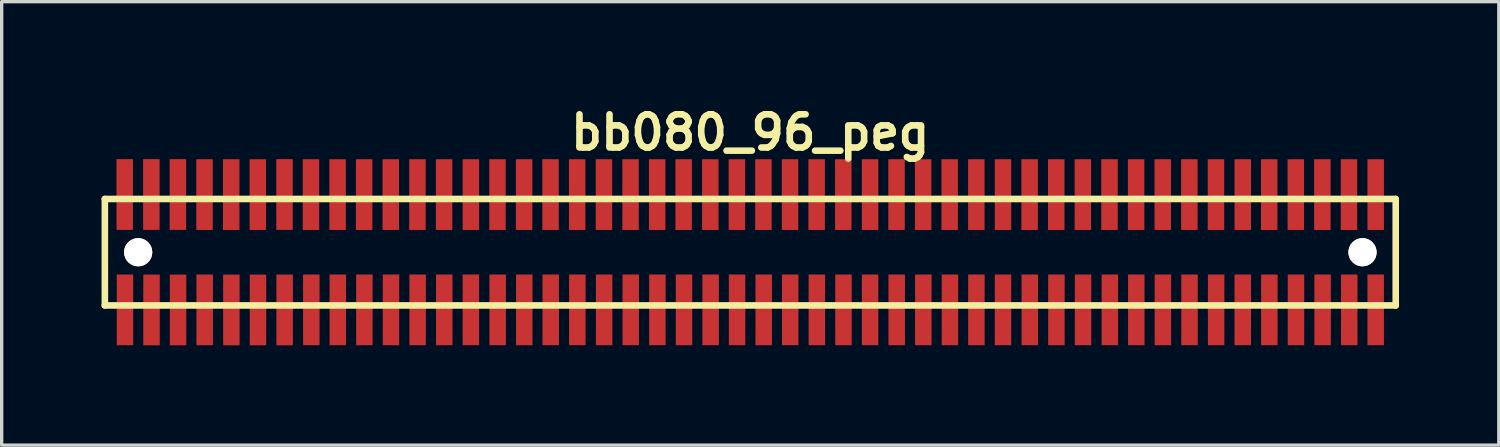
<source format=kicad_pcb>
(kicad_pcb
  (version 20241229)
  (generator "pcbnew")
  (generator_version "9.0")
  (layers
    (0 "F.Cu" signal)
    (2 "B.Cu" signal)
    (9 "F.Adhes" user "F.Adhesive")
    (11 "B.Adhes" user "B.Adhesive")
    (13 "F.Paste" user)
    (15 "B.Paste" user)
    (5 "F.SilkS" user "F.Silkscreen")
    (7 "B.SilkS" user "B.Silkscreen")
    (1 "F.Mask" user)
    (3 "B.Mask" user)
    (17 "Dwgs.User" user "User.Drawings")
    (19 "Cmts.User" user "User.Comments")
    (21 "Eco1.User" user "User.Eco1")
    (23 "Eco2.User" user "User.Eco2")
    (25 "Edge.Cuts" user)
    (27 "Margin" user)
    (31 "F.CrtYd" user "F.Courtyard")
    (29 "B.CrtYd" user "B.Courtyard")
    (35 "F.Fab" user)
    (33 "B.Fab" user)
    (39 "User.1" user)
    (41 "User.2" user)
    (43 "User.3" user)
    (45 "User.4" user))
  (footprint "bb080_96_peg"
    (layer "F.Cu")
    (at 19.5 4.531)
    (property "Reference" "bb080_96_peg" (at 0 -3.599 0) (layer "F.SilkS") (effects (font (size 0.998 0.998) (thickness 0.198))))
    (attr smd)
    (fp_line (start -19.401 -1.6) (end 19.401 -1.6) (stroke (width 0.198) (type solid)) (layer "F.SilkS"))
    (fp_line (start -19.398 -1.6) (end -19.398 1.6) (stroke (width 0.198) (type solid)) (layer "F.SilkS"))
    (fp_line (start 19.401 1.6) (end -19.401 1.6) (stroke (width 0.198) (type solid)) (layer "F.SilkS"))
    (fp_line (start 19.401 1.6) (end 19.401 -1.6) (stroke (width 0.198) (type solid)) (layer "F.SilkS"))
    (pad "" np_thru_hole circle (at -18.397 0) (size 0.848 0.848) (drill 0.848) (layers "*.Cu" "*.Mask" "F.SilkS"))
    (pad "" np_thru_hole circle (at 18.402 0) (size 0.848 0.848) (drill 0.848) (layers "*.Cu" "*.Mask" "F.SilkS"))
    (pad "1" smd rect (at -18.793 1.732) (size 0.495 2.126) (layers "F.Cu" "F.Mask" "F.Paste"))
    (pad "2" smd rect (at -18.801 -1.735) (size 0.495 2.126) (layers "F.Cu" "F.Mask" "F.Paste"))
    (pad "3" smd rect (at -17.996 1.735) (size 0.495 2.126) (layers "F.Cu" "F.Mask" "F.Paste"))
    (pad "4" smd rect (at -18.001 -1.735) (size 0.495 2.126) (layers "F.Cu" "F.Mask" "F.Paste"))
    (pad "5" smd rect (at -17.198 1.735) (size 0.495 2.126) (layers "F.Cu" "F.Mask" "F.Paste"))
    (pad "6" smd rect (at -17.203 -1.735) (size 0.495 2.126) (layers "F.Cu" "F.Mask" "F.Paste"))
    (pad "7" smd rect (at -16.398 1.732) (size 0.495 2.126) (layers "F.Cu" "F.Mask" "F.Paste"))
    (pad "8" smd rect (at -16.403 -1.732) (size 0.495 2.126) (layers "F.Cu" "F.Mask" "F.Paste"))
    (pad "9" smd rect (at -15.596 1.735) (size 0.495 2.126) (layers "F.Cu" "F.Mask" "F.Paste"))
    (pad "10" smd rect (at -15.601 -1.732) (size 0.495 2.126) (layers "F.Cu" "F.Mask" "F.Paste"))
    (pad "11" smd rect (at -14.796 1.735) (size 0.495 2.126) (layers "F.Cu" "F.Mask" "F.Paste"))
    (pad "12" smd rect (at -14.801 -1.732) (size 0.495 2.126) (layers "F.Cu" "F.Mask" "F.Paste"))
    (pad "13" smd rect (at -13.995 1.735) (size 0.495 2.126) (layers "F.Cu" "F.Mask" "F.Paste"))
    (pad "14" smd rect (at -13.998 -1.735) (size 0.495 2.126) (layers "F.Cu" "F.Mask" "F.Paste"))
    (pad "15" smd rect (at -13.193 1.732) (size 0.495 2.126) (layers "F.Cu" "F.Mask" "F.Paste"))
    (pad "16" smd rect (at -13.203 -1.732) (size 0.495 2.126) (layers "F.Cu" "F.Mask" "F.Paste"))
    (pad "17" smd rect (at -12.398 1.732) (size 0.495 2.126) (layers "F.Cu" "F.Mask" "F.Paste"))
    (pad "18" smd rect (at -12.403 -1.732) (size 0.495 2.126) (layers "F.Cu" "F.Mask" "F.Paste"))
    (pad "19" smd rect (at -11.598 1.732) (size 0.495 2.126) (layers "F.Cu" "F.Mask" "F.Paste"))
    (pad "20" smd rect (at -11.605 -1.732) (size 0.495 2.126) (layers "F.Cu" "F.Mask" "F.Paste"))
    (pad "21" smd rect (at -10.798 1.732) (size 0.495 2.126) (layers "F.Cu" "F.Mask" "F.Paste"))
    (pad "22" smd rect (at -10.805 -1.732) (size 0.495 2.126) (layers "F.Cu" "F.Mask" "F.Paste"))
    (pad "23" smd rect (at -9.997 1.732) (size 0.495 2.126) (layers "F.Cu" "F.Mask" "F.Paste"))
    (pad "24" smd rect (at -10.003 -1.732) (size 0.495 2.126) (layers "F.Cu" "F.Mask" "F.Paste"))
    (pad "25" smd rect (at -9.197 1.732) (size 0.495 2.126) (layers "F.Cu" "F.Mask" "F.Paste"))
    (pad "26" smd rect (at -9.202 -1.732) (size 0.495 2.126) (layers "F.Cu" "F.Mask" "F.Paste"))
    (pad "27" smd rect (at -8.397 1.732) (size 0.495 2.126) (layers "F.Cu" "F.Mask" "F.Paste"))
    (pad "28" smd rect (at -8.397 -1.732) (size 0.495 2.126) (layers "F.Cu" "F.Mask" "F.Paste"))
    (pad "29" smd rect (at -7.592 1.732) (size 0.495 2.126) (layers "F.Cu" "F.Mask" "F.Paste"))
    (pad "30" smd rect (at -7.597 -1.732) (size 0.495 2.126) (layers "F.Cu" "F.Mask" "F.Paste"))
    (pad "31" smd rect (at -6.792 1.732) (size 0.495 2.126) (layers "F.Cu" "F.Mask" "F.Paste"))
    (pad "32" smd rect (at -6.797 -1.732) (size 0.495 2.126) (layers "F.Cu" "F.Mask" "F.Paste"))
    (pad "33" smd rect (at -5.997 1.732) (size 0.495 2.126) (layers "F.Cu" "F.Mask" "F.Paste"))
    (pad "34" smd rect (at -6.002 -1.732) (size 0.495 2.126) (layers "F.Cu" "F.Mask" "F.Paste"))
    (pad "35" smd rect (at -5.197 1.732) (size 0.495 2.126) (layers "F.Cu" "F.Mask" "F.Paste"))
    (pad "36" smd rect (at -5.202 -1.732) (size 0.495 2.126) (layers "F.Cu" "F.Mask" "F.Paste"))
    (pad "37" smd rect (at -4.392 1.732) (size 0.495 2.126) (layers "F.Cu" "F.Mask" "F.Paste"))
    (pad "38" smd rect (at -4.397 -1.732) (size 0.495 2.126) (layers "F.Cu" "F.Mask" "F.Paste"))
    (pad "39" smd rect (at -3.592 1.732) (size 0.495 2.126) (layers "F.Cu" "F.Mask" "F.Paste"))
    (pad "40" smd rect (at -3.597 -1.732) (size 0.495 2.126) (layers "F.Cu" "F.Mask" "F.Paste"))
    (pad "41" smd rect (at -2.791 1.732) (size 0.495 2.126) (layers "F.Cu" "F.Mask" "F.Paste"))
    (pad "42" smd rect (at -2.797 -1.732) (size 0.495 2.126) (layers "F.Cu" "F.Mask" "F.Paste"))
    (pad "43" smd rect (at -1.991 1.732) (size 0.495 2.126) (layers "F.Cu" "F.Mask" "F.Paste"))
    (pad "44" smd rect (at -2.002 -1.732) (size 0.495 2.126) (layers "F.Cu" "F.Mask" "F.Paste"))
    (pad "45" smd rect (at -1.191 1.732) (size 0.495 2.126) (layers "F.Cu" "F.Mask" "F.Paste"))
    (pad "46" smd rect (at -1.201 -1.732) (size 0.495 2.126) (layers "F.Cu" "F.Mask" "F.Paste"))
    (pad "47" smd rect (at -0.396 1.732) (size 0.495 2.126) (layers "F.Cu" "F.Mask" "F.Paste"))
    (pad "48" smd rect (at -0.401 -1.732) (size 0.495 2.126) (layers "F.Cu" "F.Mask" "F.Paste"))
    (pad "49" smd rect (at 0.404 1.732) (size 0.495 2.126) (layers "F.Cu" "F.Mask" "F.Paste"))
    (pad "50" smd rect (at 0.396 -1.732) (size 0.495 2.126) (layers "F.Cu" "F.Mask" "F.Paste"))
    (pad "51" smd rect (at 1.201 1.732) (size 0.495 2.126) (layers "F.Cu" "F.Mask" "F.Paste"))
    (pad "52" smd rect (at 1.196 -1.732) (size 0.495 2.126) (layers "F.Cu" "F.Mask" "F.Paste"))
    (pad "53" smd rect (at 2.002 1.732) (size 0.495 2.126) (layers "F.Cu" "F.Mask" "F.Paste"))
    (pad "54" smd rect (at 1.996 -1.732) (size 0.495 2.126) (layers "F.Cu" "F.Mask" "F.Paste"))
    (pad "55" smd rect (at 2.802 1.732) (size 0.495 2.126) (layers "F.Cu" "F.Mask" "F.Paste"))
    (pad "56" smd rect (at 2.797 -1.732) (size 0.495 2.126) (layers "F.Cu" "F.Mask" "F.Paste"))
    (pad "57" smd rect (at 3.602 1.732) (size 0.495 2.126) (layers "F.Cu" "F.Mask" "F.Paste"))
    (pad "58" smd rect (at 3.602 -1.732) (size 0.495 2.126) (layers "F.Cu" "F.Mask" "F.Paste"))
    (pad "59" smd rect (at 4.402 1.732) (size 0.495 2.126) (layers "F.Cu" "F.Mask" "F.Paste"))
    (pad "60" smd rect (at 4.397 -1.732) (size 0.495 2.126) (layers "F.Cu" "F.Mask" "F.Paste"))
    (pad "61" smd rect (at 5.202 1.732) (size 0.495 2.126) (layers "F.Cu" "F.Mask" "F.Paste"))
    (pad "62" smd rect (at 5.197 -1.732) (size 0.495 2.126) (layers "F.Cu" "F.Mask" "F.Paste"))
    (pad "63" smd rect (at 6.002 1.732) (size 0.495 2.126) (layers "F.Cu" "F.Mask" "F.Paste"))
    (pad "64" smd rect (at 5.994 -1.732) (size 0.495 2.126) (layers "F.Cu" "F.Mask" "F.Paste"))
    (pad "65" smd rect (at 6.797 1.732) (size 0.495 2.126) (layers "F.Cu" "F.Mask" "F.Paste"))
    (pad "66" smd rect (at 6.795 -1.732) (size 0.495 2.126) (layers "F.Cu" "F.Mask" "F.Paste"))
    (pad "67" smd rect (at 7.597 1.732) (size 0.495 2.126) (layers "F.Cu" "F.Mask" "F.Paste"))
    (pad "68" smd rect (at 7.597 -1.732) (size 0.495 2.126) (layers "F.Cu" "F.Mask" "F.Paste"))
    (pad "69" smd rect (at 8.402 1.732) (size 0.495 2.126) (layers "F.Cu" "F.Mask" "F.Paste"))
    (pad "70" smd rect (at 8.397 -1.732) (size 0.495 2.126) (layers "F.Cu" "F.Mask" "F.Paste"))
    (pad "71" smd rect (at 9.202 1.732) (size 0.495 2.126) (layers "F.Cu" "F.Mask" "F.Paste"))
    (pad "72" smd rect (at 9.197 -1.732) (size 0.495 2.126) (layers "F.Cu" "F.Mask" "F.Paste"))
    (pad "73" smd rect (at 10.003 1.732) (size 0.495 2.126) (layers "F.Cu" "F.Mask" "F.Paste"))
    (pad "74" smd rect (at 9.997 -1.732) (size 0.495 2.126) (layers "F.Cu" "F.Mask" "F.Paste"))
    (pad "75" smd rect (at 10.808 1.732) (size 0.495 2.126) (layers "F.Cu" "F.Mask" "F.Paste"))
    (pad "76" smd rect (at 10.798 -1.732) (size 0.495 2.126) (layers "F.Cu" "F.Mask" "F.Paste"))
    (pad "77" smd rect (at 11.603 1.732) (size 0.495 2.126) (layers "F.Cu" "F.Mask" "F.Paste"))
    (pad "78" smd rect (at 11.598 -1.732) (size 0.495 2.126) (layers "F.Cu" "F.Mask" "F.Paste"))
    (pad "79" smd rect (at 12.403 1.732) (size 0.495 2.126) (layers "F.Cu" "F.Mask" "F.Paste"))
    (pad "80" smd rect (at 12.398 -1.732) (size 0.495 2.126) (layers "F.Cu" "F.Mask" "F.Paste"))
    (pad "81" smd rect (at 13.203 1.732) (size 0.495 2.126) (layers "F.Cu" "F.Mask" "F.Paste"))
    (pad "82" smd rect (at 13.198 -1.732) (size 0.495 2.126) (layers "F.Cu" "F.Mask" "F.Paste"))
    (pad "83" smd rect (at 14.003 1.732) (size 0.495 2.126) (layers "F.Cu" "F.Mask" "F.Paste"))
    (pad "84" smd rect (at 13.998 -1.732) (size 0.495 2.126) (layers "F.Cu" "F.Mask" "F.Paste"))
    (pad "85" smd rect (at 14.803 1.732) (size 0.495 2.126) (layers "F.Cu" "F.Mask" "F.Paste"))
    (pad "86" smd rect (at 14.803 -1.732) (size 0.495 2.126) (layers "F.Cu" "F.Mask" "F.Paste"))
    (pad "87" smd rect (at 15.603 1.732) (size 0.495 2.126) (layers "F.Cu" "F.Mask" "F.Paste"))
    (pad "88" smd rect (at 15.598 -1.732) (size 0.495 2.126) (layers "F.Cu" "F.Mask" "F.Paste"))
    (pad "89" smd rect (at 16.403 1.732) (size 0.495 2.126) (layers "F.Cu" "F.Mask" "F.Paste"))
    (pad "90" smd rect (at 16.398 -1.732) (size 0.495 2.126) (layers "F.Cu" "F.Mask" "F.Paste"))
    (pad "91" smd rect (at 17.203 1.732) (size 0.495 2.126) (layers "F.Cu" "F.Mask" "F.Paste"))
    (pad "92" smd rect (at 17.196 -1.732) (size 0.495 2.126) (layers "F.Cu" "F.Mask" "F.Paste"))
    (pad "93" smd rect (at 18.004 1.732) (size 0.495 2.126) (layers "F.Cu" "F.Mask" "F.Paste"))
    (pad "94" smd rect (at 17.996 -1.732) (size 0.495 2.126) (layers "F.Cu" "F.Mask" "F.Paste"))
    (pad "95" smd rect (at 18.799 1.732) (size 0.495 2.126) (layers "F.Cu" "F.Mask" "F.Paste"))
    (pad "96" smd rect (at 18.799 -1.732) (size 0.495 2.126) (layers "F.Cu" "F.Mask" "F.Paste")))
  (gr_rect
    (start -3 -3)
    (end 41.999 10.329)
    (stroke (width 0.1) (type default))
    (fill no)
    (layer "Edge.Cuts")))
</source>
